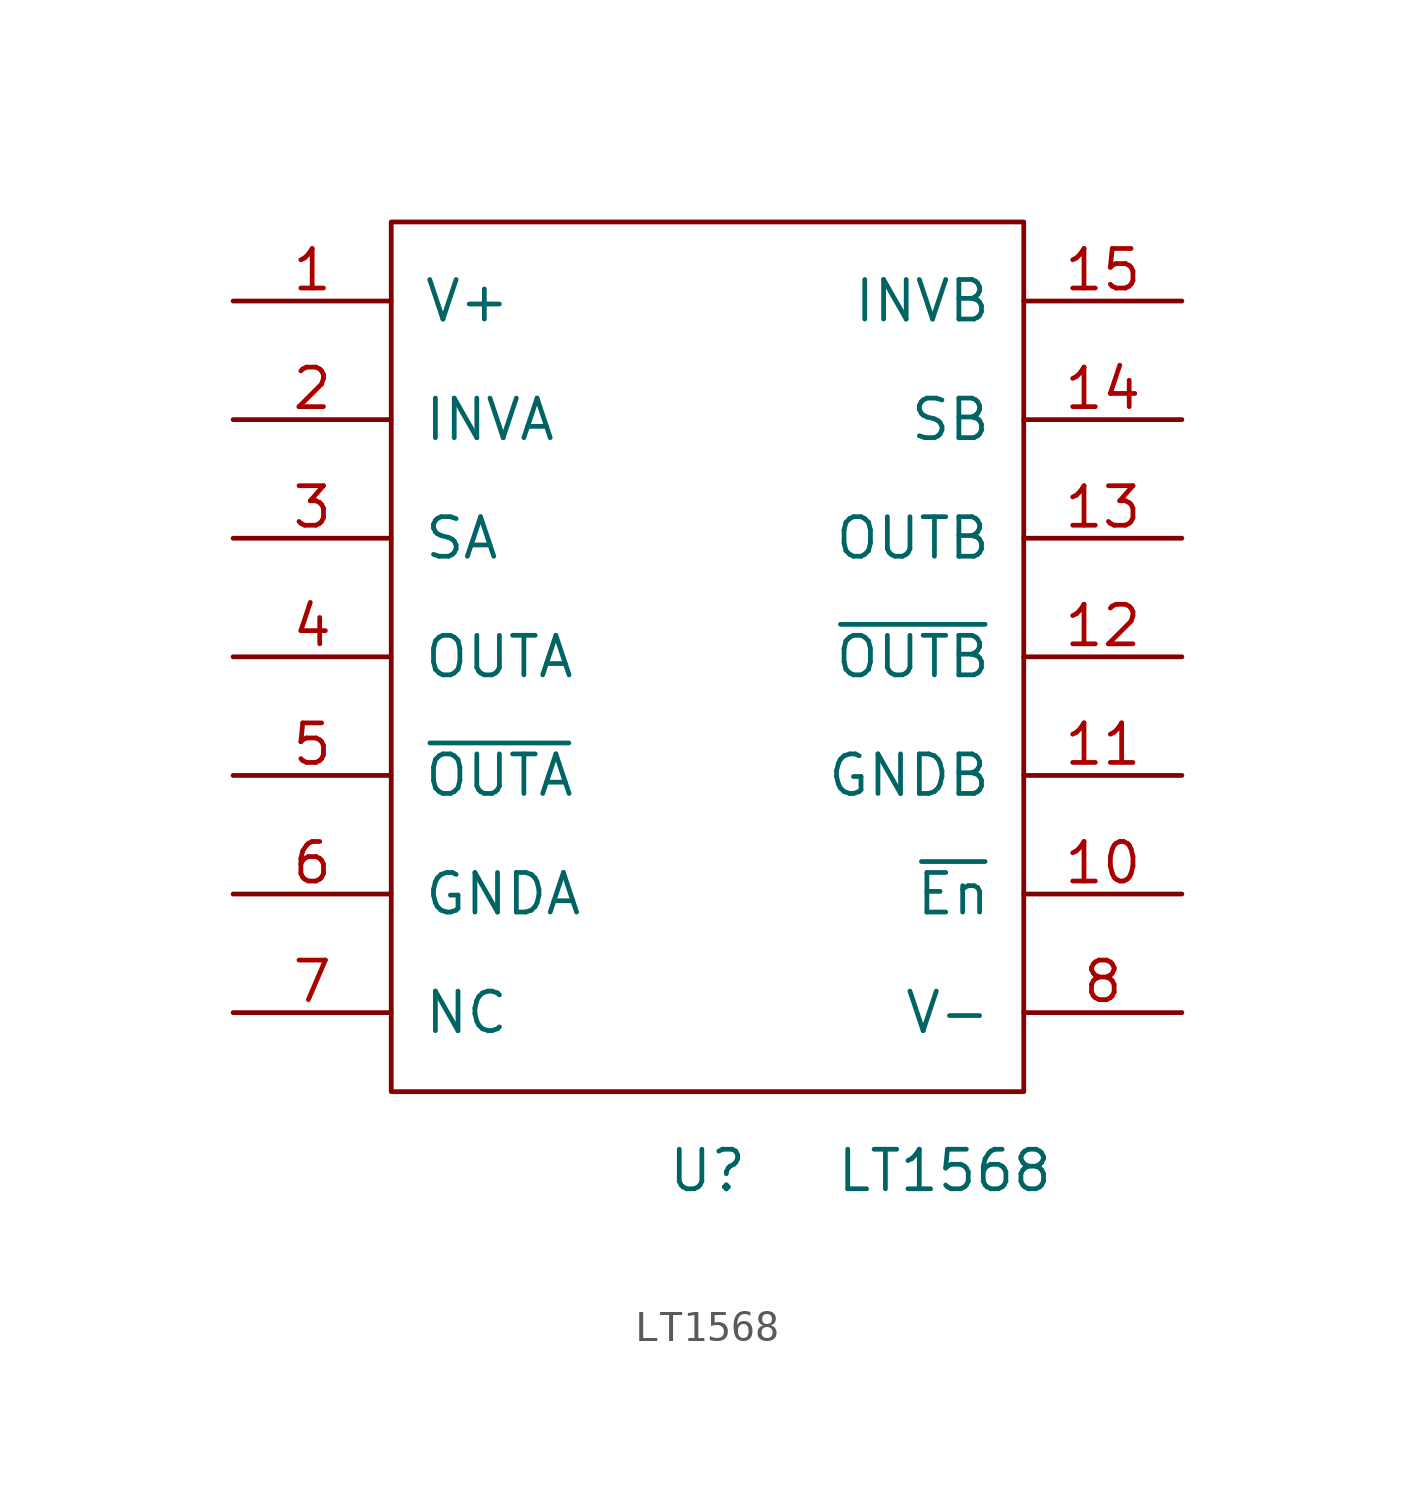
<source format=kicad_sym>
(kicad_symbol_lib
  (version 20220914)
  (generator kicad_symbol_editor)
  (symbol "LT1568"
    (pin_names
      (offset 1.016))
    (property "Reference" "U"
      (at 0 0 0)
      (effects (font (size 1.27 1.27))))
    (property "Value" "LT1568"
      (at 7.62 0 0)
      (effects (font (size 1.27 1.27))))
    (symbol "LT1568_0_1"
      (rectangle (start -10.16 30.48) (end 10.16 2.54) (stroke (width 0) (type solid)) (fill (type none))))
    (symbol "LT1568_1_1"
      (pin power_in line (at -15.24 27.94 0) (length 5.08) (name "V+" (effects (font (size 1.27 1.27)))) (number "1" (effects (font (size 1.27 1.27)))))
      (pin passive line (at 15.24 8.89 180) (length 5.08) (name "~{En}" (effects (font (size 1.27 1.27)))) (number "10" (effects (font (size 1.27 1.27)))))
      (pin passive line (at 15.24 12.7 180) (length 5.08) (name "GNDB" (effects (font (size 1.27 1.27)))) (number "11" (effects (font (size 1.27 1.27)))))
      (pin output line (at 15.24 16.51 180) (length 5.08) (name "~{OUTB}" (effects (font (size 1.27 1.27)))) (number "12" (effects (font (size 1.27 1.27)))))
      (pin output line (at 15.24 20.32 180) (length 5.08) (name "OUTB" (effects (font (size 1.27 1.27)))) (number "13" (effects (font (size 1.27 1.27)))))
      (pin passive line (at 15.24 24.13 180) (length 5.08) (name "SB" (effects (font (size 1.27 1.27)))) (number "14" (effects (font (size 1.27 1.27)))))
      (pin input line (at 15.24 27.94 180) (length 5.08) (name "INVB" (effects (font (size 1.27 1.27)))) (number "15" (effects (font (size 1.27 1.27)))))
      (pin power_in line (at -15.24 27.94 0) (length 5.08) hide (name "V+" (effects (font (size 1.27 1.27)))) (number "16" (effects (font (size 1.27 1.27)))))
      (pin input line (at -15.24 24.13 0) (length 5.08) (name "INVA" (effects (font (size 1.27 1.27)))) (number "2" (effects (font (size 1.27 1.27)))))
      (pin passive line (at -15.24 20.32 0) (length 5.08) (name "SA" (effects (font (size 1.27 1.27)))) (number "3" (effects (font (size 1.27 1.27)))))
      (pin output line (at -15.24 16.51 0) (length 5.08) (name "OUTA" (effects (font (size 1.27 1.27)))) (number "4" (effects (font (size 1.27 1.27)))))
      (pin output line (at -15.24 12.7 0) (length 5.08) (name "~{OUTA}" (effects (font (size 1.27 1.27)))) (number "5" (effects (font (size 1.27 1.27)))))
      (pin passive line (at -15.24 8.89 0) (length 5.08) (name "GNDA" (effects (font (size 1.27 1.27)))) (number "6" (effects (font (size 1.27 1.27)))))
      (pin passive line (at -15.24 5.08 0) (length 5.08) (name "NC" (effects (font (size 1.27 1.27)))) (number "7" (effects (font (size 1.27 1.27)))))
      (pin power_in line (at 15.24 5.08 180) (length 5.08) (name "V-" (effects (font (size 1.27 1.27)))) (number "8" (effects (font (size 1.27 1.27)))))
      (pin power_in line (at 15.24 5.08 180) (length 5.08) hide (name "V-" (effects (font (size 1.27 1.27)))) (number "9" (effects (font (size 1.27 1.27))))))))
</source>
